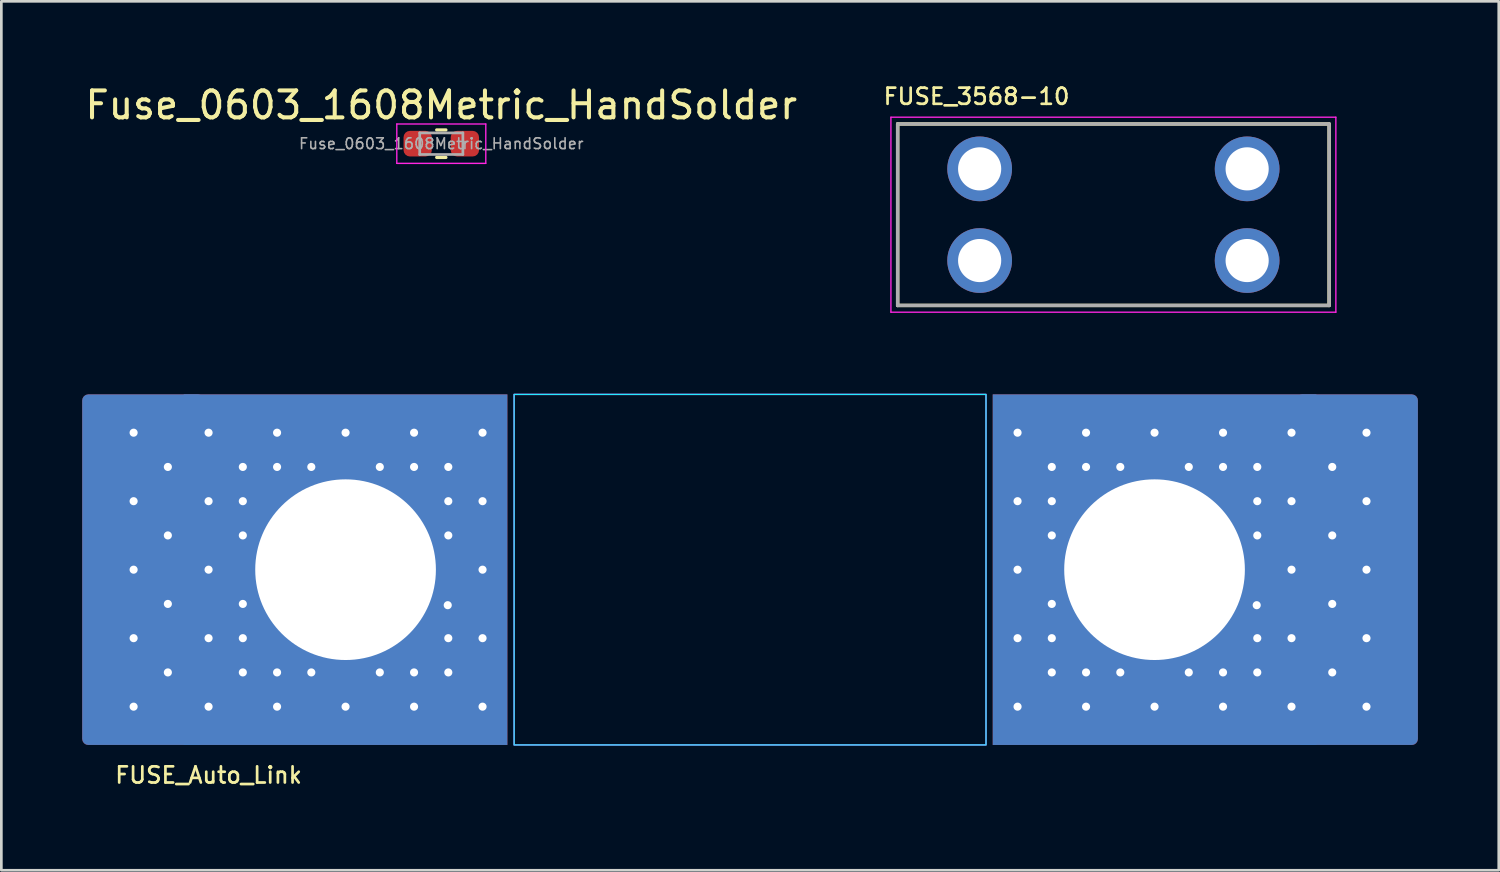
<source format=kicad_pcb>
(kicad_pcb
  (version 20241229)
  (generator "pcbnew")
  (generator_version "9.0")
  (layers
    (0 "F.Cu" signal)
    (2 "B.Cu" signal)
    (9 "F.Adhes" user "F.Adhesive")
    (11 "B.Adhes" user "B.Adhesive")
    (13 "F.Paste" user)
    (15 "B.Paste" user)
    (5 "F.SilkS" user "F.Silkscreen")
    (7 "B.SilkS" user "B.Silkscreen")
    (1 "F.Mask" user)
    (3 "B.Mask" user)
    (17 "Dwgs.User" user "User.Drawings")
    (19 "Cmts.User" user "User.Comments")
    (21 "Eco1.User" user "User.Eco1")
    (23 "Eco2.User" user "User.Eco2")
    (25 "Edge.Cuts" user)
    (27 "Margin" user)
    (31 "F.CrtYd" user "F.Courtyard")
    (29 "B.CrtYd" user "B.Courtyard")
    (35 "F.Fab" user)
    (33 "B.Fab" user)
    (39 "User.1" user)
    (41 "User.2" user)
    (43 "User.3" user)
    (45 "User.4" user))
  (footprint "FUSE_Auto_Link"
    (layer "F.Cu")
    (at 24.765 18.076)
    (property "Reference" "FUSE_Auto_Link" (at -20.08 7.62 0) (layer "F.SilkS") (effects (font (size 0.6 0.6) (thickness 0.1) (bold yes))))
    (attr through_hole)
    (fp_rect (start -8.75 -6.5) (end 8.75 6.5) (stroke (width 0.05) (type default)) (fill no) (layer "B.CrtYd"))
    (fp_rect (start -8.75 -6.5) (end 8.75 6.5) (stroke (width 0.05) (type default)) (fill no) (layer "F.CrtYd"))
    (pad "1" thru_hole circle (at -22.86 -5.08) (size 0.5 0.5) (drill 0.3) (layers "*.Cu" "*.Mask"))
    (pad "1" thru_hole circle (at -22.86 -2.54) (size 0.5 0.5) (drill 0.3) (layers "*.Cu" "*.Mask"))
    (pad "1" thru_hole circle (at -22.86 0) (size 0.5 0.5) (drill 0.3) (layers "*.Cu" "*.Mask"))
    (pad "1" thru_hole circle (at -22.86 2.54) (size 0.5 0.5) (drill 0.3) (layers "*.Cu" "*.Mask"))
    (pad "1" thru_hole circle (at -22.86 5.08) (size 0.5 0.5) (drill 0.3) (layers "*.Cu" "*.Mask"))
    (pad "1" smd roundrect (at -22.508 0) (size 4.515 13) (layers "F.Cu" "F.Mask") (roundrect_rratio 0.05))
    (pad "1" smd roundrect (at -22.508 0) (size 4.515 13) (layers "B.Cu" "B.Mask") (roundrect_rratio 0.05))
    (pad "1" thru_hole circle (at -21.59 -3.81) (size 0.5 0.5) (drill 0.3) (layers "*.Cu" "*.Mask"))
    (pad "1" thru_hole circle (at -21.59 -1.27) (size 0.5 0.5) (drill 0.3) (layers "*.Cu" "*.Mask"))
    (pad "1" thru_hole circle (at -21.59 1.27) (size 0.5 0.5) (drill 0.3) (layers "*.Cu" "*.Mask"))
    (pad "1" thru_hole circle (at -21.59 3.81) (size 0.5 0.5) (drill 0.3) (layers "*.Cu" "*.Mask"))
    (pad "1" thru_hole circle (at -20.08 -5.08) (size 0.5 0.5) (drill 0.3) (layers "*.Cu" "*.Mask"))
    (pad "1" thru_hole circle (at -20.08 -2.54) (size 0.5 0.5) (drill 0.3) (layers "*.Cu" "*.Mask"))
    (pad "1" thru_hole circle (at -20.08 0) (size 0.5 0.5) (drill 0.3) (layers "*.Cu" "*.Mask"))
    (pad "1" thru_hole circle (at -20.08 2.54) (size 0.5 0.5) (drill 0.3) (layers "*.Cu" "*.Mask"))
    (pad "1" thru_hole circle (at -20.08 5.08) (size 0.5 0.5) (drill 0.3) (layers "*.Cu" "*.Mask"))
    (pad "1" thru_hole circle (at -18.81 -3.81) (size 0.5 0.5) (drill 0.3) (layers "*.Cu" "*.Mask"))
    (pad "1" thru_hole circle (at -18.81 -2.54) (size 0.5 0.5) (drill 0.3) (layers "*.Cu" "*.Mask"))
    (pad "1" thru_hole circle (at -18.81 -1.27) (size 0.5 0.5) (drill 0.3) (layers "*.Cu" "*.Mask"))
    (pad "1" thru_hole circle (at -18.81 1.27) (size 0.5 0.5) (drill 0.3) (layers "*.Cu" "*.Mask"))
    (pad "1" thru_hole circle (at -18.81 2.54) (size 0.5 0.5) (drill 0.3) (layers "*.Cu" "*.Mask"))
    (pad "1" thru_hole circle (at -18.81 3.81) (size 0.5 0.5) (drill 0.3) (layers "*.Cu" "*.Mask"))
    (pad "1" thru_hole circle (at -17.54 -5.08) (size 0.5 0.5) (drill 0.3) (layers "*.Cu" "*.Mask"))
    (pad "1" thru_hole circle (at -17.54 -3.81) (size 0.5 0.5) (drill 0.3) (layers "*.Cu" "*.Mask"))
    (pad "1" thru_hole circle (at -17.54 3.81) (size 0.5 0.5) (drill 0.3) (layers "*.Cu" "*.Mask"))
    (pad "1" thru_hole circle (at -17.54 5.08) (size 0.5 0.5) (drill 0.3) (layers "*.Cu" "*.Mask"))
    (pad "1" thru_hole circle (at -16.27 -3.81) (size 0.5 0.5) (drill 0.3) (layers "*.Cu" "*.Mask"))
    (pad "1" thru_hole circle (at -16.27 3.81) (size 0.5 0.5) (drill 0.3) (layers "*.Cu" "*.Mask"))
    (pad "1" thru_hole circle (at -15 -5.08) (size 0.5 0.5) (drill 0.3) (layers "*.Cu" "*.Mask"))
    (pad "1" thru_hole rect (at -15 0) (size 12 13) (drill 6.7) (layers "*.Cu" "*.Mask"))
    (pad "1" thru_hole circle (at -15 5.08) (size 0.5 0.5) (drill 0.3) (layers "*.Cu" "*.Mask"))
    (pad "1" thru_hole circle (at -13.73 -3.81) (size 0.5 0.5) (drill 0.3) (layers "*.Cu" "*.Mask"))
    (pad "1" thru_hole circle (at -13.73 3.81) (size 0.5 0.5) (drill 0.3) (layers "*.Cu" "*.Mask"))
    (pad "1" thru_hole circle (at -12.46 -5.08) (size 0.5 0.5) (drill 0.3) (layers "*.Cu" "*.Mask"))
    (pad "1" thru_hole circle (at -12.46 -3.81) (size 0.5 0.5) (drill 0.3) (layers "*.Cu" "*.Mask"))
    (pad "1" thru_hole circle (at -12.46 3.81) (size 0.5 0.5) (drill 0.3) (layers "*.Cu" "*.Mask"))
    (pad "1" thru_hole circle (at -12.46 5.08) (size 0.5 0.5) (drill 0.3) (layers "*.Cu" "*.Mask"))
    (pad "1" thru_hole circle (at -11.211 1.317) (size 0.5 0.5) (drill 0.3) (layers "*.Cu" "*.Mask"))
    (pad "1" thru_hole circle (at -11.19 -3.81) (size 0.5 0.5) (drill 0.3) (layers "*.Cu" "*.Mask"))
    (pad "1" thru_hole circle (at -11.19 -2.54) (size 0.5 0.5) (drill 0.3) (layers "*.Cu" "*.Mask"))
    (pad "1" thru_hole circle (at -11.19 -1.27) (size 0.5 0.5) (drill 0.3) (layers "*.Cu" "*.Mask"))
    (pad "1" thru_hole circle (at -11.19 2.54) (size 0.5 0.5) (drill 0.3) (layers "*.Cu" "*.Mask"))
    (pad "1" thru_hole circle (at -11.19 3.81) (size 0.5 0.5) (drill 0.3) (layers "*.Cu" "*.Mask"))
    (pad "1" thru_hole circle (at -9.92 -5.08) (size 0.5 0.5) (drill 0.3) (layers "*.Cu" "*.Mask"))
    (pad "1" thru_hole circle (at -9.92 -2.54) (size 0.5 0.5) (drill 0.3) (layers "*.Cu" "*.Mask"))
    (pad "1" thru_hole circle (at -9.92 0) (size 0.5 0.5) (drill 0.3) (layers "*.Cu" "*.Mask"))
    (pad "1" thru_hole circle (at -9.92 2.54) (size 0.5 0.5) (drill 0.3) (layers "*.Cu" "*.Mask"))
    (pad "1" thru_hole circle (at -9.92 5.08) (size 0.5 0.5) (drill 0.3) (layers "*.Cu" "*.Mask"))
    (pad "2" thru_hole circle (at 9.92 -5.08) (size 0.5 0.5) (drill 0.3) (layers "*.Cu" "*.Mask"))
    (pad "2" thru_hole circle (at 9.92 -2.54) (size 0.5 0.5) (drill 0.3) (layers "*.Cu" "*.Mask"))
    (pad "2" thru_hole circle (at 9.92 0) (size 0.5 0.5) (drill 0.3) (layers "*.Cu" "*.Mask"))
    (pad "2" thru_hole circle (at 9.92 2.54) (size 0.5 0.5) (drill 0.3) (layers "*.Cu" "*.Mask"))
    (pad "2" thru_hole circle (at 9.92 5.08) (size 0.5 0.5) (drill 0.3) (layers "*.Cu" "*.Mask"))
    (pad "2" thru_hole circle (at 11.19 -3.81) (size 0.5 0.5) (drill 0.3) (layers "*.Cu" "*.Mask"))
    (pad "2" thru_hole circle (at 11.19 -2.54) (size 0.5 0.5) (drill 0.3) (layers "*.Cu" "*.Mask"))
    (pad "2" thru_hole circle (at 11.19 -1.27) (size 0.5 0.5) (drill 0.3) (layers "*.Cu" "*.Mask"))
    (pad "2" thru_hole circle (at 11.19 1.27) (size 0.5 0.5) (drill 0.3) (layers "*.Cu" "*.Mask"))
    (pad "2" thru_hole circle (at 11.19 2.54) (size 0.5 0.5) (drill 0.3) (layers "*.Cu" "*.Mask"))
    (pad "2" thru_hole circle (at 11.19 3.81) (size 0.5 0.5) (drill 0.3) (layers "*.Cu" "*.Mask"))
    (pad "2" thru_hole circle (at 12.46 -5.08) (size 0.5 0.5) (drill 0.3) (layers "*.Cu" "*.Mask"))
    (pad "2" thru_hole circle (at 12.46 -3.81) (size 0.5 0.5) (drill 0.3) (layers "*.Cu" "*.Mask"))
    (pad "2" thru_hole circle (at 12.46 3.81) (size 0.5 0.5) (drill 0.3) (layers "*.Cu" "*.Mask"))
    (pad "2" thru_hole circle (at 12.46 5.08) (size 0.5 0.5) (drill 0.3) (layers "*.Cu" "*.Mask"))
    (pad "2" thru_hole circle (at 13.73 -3.81) (size 0.5 0.5) (drill 0.3) (layers "*.Cu" "*.Mask"))
    (pad "2" thru_hole circle (at 13.73 3.81) (size 0.5 0.5) (drill 0.3) (layers "*.Cu" "*.Mask"))
    (pad "2" thru_hole circle (at 15 -5.08) (size 0.5 0.5) (drill 0.3) (layers "*.Cu" "*.Mask"))
    (pad "2" thru_hole rect (at 15 0) (size 12 13) (drill 6.7) (layers "*.Cu" "*.Mask"))
    (pad "2" thru_hole circle (at 15 5.08) (size 0.5 0.5) (drill 0.3) (layers "*.Cu" "*.Mask"))
    (pad "2" thru_hole circle (at 16.27 -3.81) (size 0.5 0.5) (drill 0.3) (layers "*.Cu" "*.Mask"))
    (pad "2" thru_hole circle (at 16.27 3.81) (size 0.5 0.5) (drill 0.3) (layers "*.Cu" "*.Mask"))
    (pad "2" thru_hole circle (at 17.54 -5.08) (size 0.5 0.5) (drill 0.3) (layers "*.Cu" "*.Mask"))
    (pad "2" thru_hole circle (at 17.54 -3.81) (size 0.5 0.5) (drill 0.3) (layers "*.Cu" "*.Mask"))
    (pad "2" thru_hole circle (at 17.54 3.81) (size 0.5 0.5) (drill 0.3) (layers "*.Cu" "*.Mask"))
    (pad "2" thru_hole circle (at 17.54 5.08) (size 0.5 0.5) (drill 0.3) (layers "*.Cu" "*.Mask"))
    (pad "2" thru_hole circle (at 18.789 1.317) (size 0.5 0.5) (drill 0.3) (layers "*.Cu" "*.Mask"))
    (pad "2" thru_hole circle (at 18.81 -3.81) (size 0.5 0.5) (drill 0.3) (layers "*.Cu" "*.Mask"))
    (pad "2" thru_hole circle (at 18.81 -2.54) (size 0.5 0.5) (drill 0.3) (layers "*.Cu" "*.Mask"))
    (pad "2" thru_hole circle (at 18.81 -1.27) (size 0.5 0.5) (drill 0.3) (layers "*.Cu" "*.Mask"))
    (pad "2" thru_hole circle (at 18.81 2.54) (size 0.5 0.5) (drill 0.3) (layers "*.Cu" "*.Mask"))
    (pad "2" thru_hole circle (at 18.81 3.81) (size 0.5 0.5) (drill 0.3) (layers "*.Cu" "*.Mask"))
    (pad "2" thru_hole circle (at 20.08 -5.08) (size 0.5 0.5) (drill 0.3) (layers "*.Cu" "*.Mask"))
    (pad "2" thru_hole circle (at 20.08 -2.54) (size 0.5 0.5) (drill 0.3) (layers "*.Cu" "*.Mask"))
    (pad "2" thru_hole circle (at 20.08 0) (size 0.5 0.5) (drill 0.3) (layers "*.Cu" "*.Mask"))
    (pad "2" thru_hole circle (at 20.08 2.54) (size 0.5 0.5) (drill 0.3) (layers "*.Cu" "*.Mask"))
    (pad "2" thru_hole circle (at 20.08 5.08) (size 0.5 0.5) (drill 0.3) (layers "*.Cu" "*.Mask"))
    (pad "2" thru_hole circle (at 21.59 -3.81) (size 0.5 0.5) (drill 0.3) (layers "*.Cu" "*.Mask"))
    (pad "2" thru_hole circle (at 21.59 -1.27) (size 0.5 0.5) (drill 0.3) (layers "*.Cu" "*.Mask"))
    (pad "2" thru_hole circle (at 21.59 1.27) (size 0.5 0.5) (drill 0.3) (layers "*.Cu" "*.Mask"))
    (pad "2" thru_hole circle (at 21.59 3.81) (size 0.5 0.5) (drill 0.3) (layers "*.Cu" "*.Mask"))
    (pad "2" smd roundrect (at 22.508 0) (size 4.515 13) (layers "F.Cu" "F.Mask") (roundrect_rratio 0.05))
    (pad "2" smd roundrect (at 22.508 0) (size 4.515 13) (layers "B.Cu" "B.Mask") (roundrect_rratio 0.05))
    (pad "2" thru_hole circle (at 22.86 -5.08) (size 0.5 0.5) (drill 0.3) (layers "*.Cu" "*.Mask"))
    (pad "2" thru_hole circle (at 22.86 -2.54) (size 0.5 0.5) (drill 0.3) (layers "*.Cu" "*.Mask"))
    (pad "2" thru_hole circle (at 22.86 0) (size 0.5 0.5) (drill 0.3) (layers "*.Cu" "*.Mask"))
    (pad "2" thru_hole circle (at 22.86 2.54) (size 0.5 0.5) (drill 0.3) (layers "*.Cu" "*.Mask"))
    (pad "2" thru_hole circle (at 22.86 5.08) (size 0.5 0.5) (drill 0.3) (layers "*.Cu" "*.Mask")))
  (footprint "FUSE_3568-10"
    (layer "F.Cu")
    (at 38.239 4.912)
    (property "Reference" "FUSE_3568-10" (at -5.075 -4.385 0) (layer "F.SilkS") (effects (font (size 0.6 0.6) (thickness 0.1) (bold yes))))
    (attr through_hole)
    (fp_line (start -8 -3.365) (end 8 -3.365) (stroke (width 0.127) (type solid)) (layer "F.SilkS"))
    (fp_line (start -8 3.365) (end -8 -3.365) (stroke (width 0.127) (type solid)) (layer "F.SilkS"))
    (fp_line (start 8 -3.365) (end 8 3.365) (stroke (width 0.127) (type solid)) (layer "F.SilkS"))
    (fp_line (start 8 3.365) (end -8 3.365) (stroke (width 0.127) (type solid)) (layer "F.SilkS"))
    (fp_line (start -8.25 -3.615) (end 8.25 -3.615) (stroke (width 0.05) (type solid)) (layer "F.CrtYd"))
    (fp_line (start -8.25 3.615) (end -8.25 -3.615) (stroke (width 0.05) (type solid)) (layer "F.CrtYd"))
    (fp_line (start 8.25 -3.615) (end 8.25 3.615) (stroke (width 0.05) (type solid)) (layer "F.CrtYd"))
    (fp_line (start 8.25 3.615) (end -8.25 3.615) (stroke (width 0.05) (type solid)) (layer "F.CrtYd"))
    (fp_line (start -8 -3.365) (end 8 -3.365) (stroke (width 0.127) (type solid)) (layer "F.Fab"))
    (fp_line (start -8 3.365) (end -8 -3.365) (stroke (width 0.127) (type solid)) (layer "F.Fab"))
    (fp_line (start 8 -3.365) (end 8 3.365) (stroke (width 0.127) (type solid)) (layer "F.Fab"))
    (fp_line (start 8 3.365) (end -8 3.365) (stroke (width 0.127) (type solid)) (layer "F.Fab"))
    (pad "1" thru_hole circle (at -4.96 -1.7) (size 2.4 2.4) (drill 1.6) (layers "*.Cu" "*.Mask"))
    (pad "1" thru_hole circle (at -4.96 1.7) (size 2.4 2.4) (drill 1.6) (layers "*.Cu" "*.Mask"))
    (pad "2" thru_hole circle (at 4.96 -1.7) (size 2.4 2.4) (drill 1.6) (layers "*.Cu" "*.Mask"))
    (pad "2" thru_hole circle (at 4.96 1.7) (size 2.4 2.4) (drill 1.6) (layers "*.Cu" "*.Mask")))
  (footprint "Fuse_0603_1608Metric_HandSolder"
    (layer "F.Cu")
    (at 13.315 2.278)
    (property "Reference" "Fuse_0603_1608Metric_HandSolder" (at 0 -1.43 0) (layer "F.SilkS") (effects (font (size 1 1) (thickness 0.15))))
    (attr smd)
    (fp_line (start -0.171 -0.51) (end 0.171 -0.51) (stroke (width 0.12) (type solid)) (layer "F.SilkS"))
    (fp_line (start -0.171 0.51) (end 0.171 0.51) (stroke (width 0.12) (type solid)) (layer "F.SilkS"))
    (fp_line (start -1.65 -0.73) (end 1.65 -0.73) (stroke (width 0.05) (type solid)) (layer "F.CrtYd"))
    (fp_line (start -1.65 0.73) (end -1.65 -0.73) (stroke (width 0.05) (type solid)) (layer "F.CrtYd"))
    (fp_line (start 1.65 -0.73) (end 1.65 0.73) (stroke (width 0.05) (type solid)) (layer "F.CrtYd"))
    (fp_line (start 1.65 0.73) (end -1.65 0.73) (stroke (width 0.05) (type solid)) (layer "F.CrtYd"))
    (fp_line (start -0.8 -0.4) (end 0.8 -0.4) (stroke (width 0.1) (type solid)) (layer "F.Fab"))
    (fp_line (start -0.8 0.4) (end -0.8 -0.4) (stroke (width 0.1) (type solid)) (layer "F.Fab"))
    (fp_line (start 0.8 -0.4) (end 0.8 0.4) (stroke (width 0.1) (type solid)) (layer "F.Fab"))
    (fp_line (start 0.8 0.4) (end -0.8 0.4) (stroke (width 0.1) (type solid)) (layer "F.Fab"))
    (fp_text user "${REFERENCE}" (at 0 0 0) (layer "F.Fab") (effects (font (size 0.4 0.4) (thickness 0.06))))
    (pad "1" smd roundrect (at -0.875 0) (size 1.05 0.95) (layers "F.Cu" "F.Mask" "F.Paste") (roundrect_rratio 0.25))
    (pad "2" smd roundrect (at 0.875 0) (size 1.05 0.95) (layers "F.Cu" "F.Mask" "F.Paste") (roundrect_rratio 0.25)))
  (gr_rect
    (start -3 -3)
    (end 52.53 29.223)
    (stroke (width 0.1) (type default))
    (fill no)
    (layer "Edge.Cuts")))
</source>
